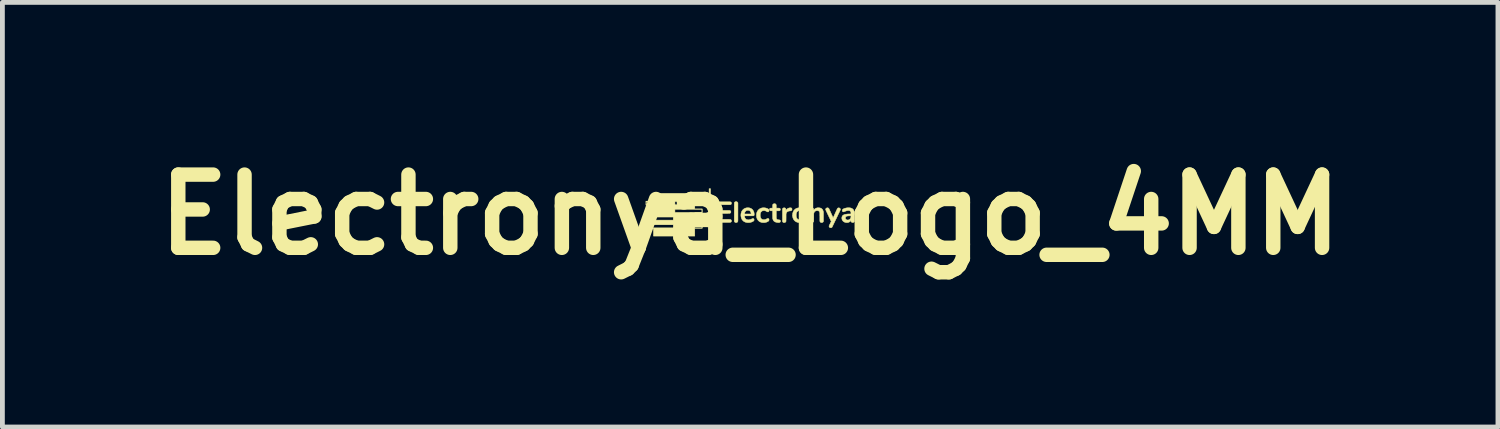
<source format=kicad_pcb>
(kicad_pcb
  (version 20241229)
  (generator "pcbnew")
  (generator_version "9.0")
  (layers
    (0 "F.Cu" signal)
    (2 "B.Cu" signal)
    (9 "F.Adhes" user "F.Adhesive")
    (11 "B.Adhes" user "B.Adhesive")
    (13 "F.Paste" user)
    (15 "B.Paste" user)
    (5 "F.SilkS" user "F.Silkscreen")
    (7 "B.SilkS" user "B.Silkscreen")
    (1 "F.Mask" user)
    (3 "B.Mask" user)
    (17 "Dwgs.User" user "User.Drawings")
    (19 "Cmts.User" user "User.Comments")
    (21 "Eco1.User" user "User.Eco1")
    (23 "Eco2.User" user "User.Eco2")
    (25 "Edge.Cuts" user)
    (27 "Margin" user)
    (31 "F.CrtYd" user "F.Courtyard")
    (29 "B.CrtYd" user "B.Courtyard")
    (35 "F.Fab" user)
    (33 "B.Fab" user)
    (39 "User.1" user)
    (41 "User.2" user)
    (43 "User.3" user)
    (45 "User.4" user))
  (footprint "Electronya_Logo_4MM"
    (layer "F.Cu")
    (at 12.562 1.418)
    (property "Reference" "Electronya_Logo_4MM" (at 0 0 0) (layer "F.SilkS") (effects (font (size 1.524 1.524) (thickness 0.3))))
    (attr exclude_from_pos_files exclude_from_bom)
    (fp_poly (pts (xy -0.825 0.542) (xy -0.855 0.542) (xy -0.855 -0.541) (xy -0.825 -0.541) (xy -0.825 0.542)) (stroke (width 0.01) (type solid)) (fill yes) (layer "F.SilkS"))
    (fp_poly (pts (xy -0.284 -0.271) (xy -0.276 -0.268) (xy -0.27 -0.265) (xy -0.264 -0.26) (xy -0.26 -0.254) (xy -0.257 -0.25) (xy -0.255 -0.244) (xy -0.255 -0.06) (xy -0.255 -0.035) (xy -0.255 -0.011) (xy -0.255 0.01) (xy -0.255 0.03) (xy -0.255 0.048) (xy -0.255 0.065) (xy -0.255 0.08) (xy -0.255 0.092) (xy -0.255 0.104) (xy -0.255 0.113) (xy -0.255 0.12) (xy -0.256 0.126) (xy -0.256 0.13) (xy -0.256 0.132) (xy -0.256 0.132) (xy -0.257 0.14) (xy -0.259 0.145) (xy -0.263 0.151) (xy -0.266 0.154) (xy -0.271 0.158) (xy -0.275 0.16) (xy -0.28 0.162) (xy -0.285 0.163) (xy -0.292 0.163) (xy -0.297 0.163) (xy -0.301 0.163) (xy -0.304 0.162) (xy -0.307 0.162) (xy -0.308 0.162) (xy -0.315 0.158) (xy -0.321 0.154) (xy -0.326 0.148) (xy -0.328 0.143) (xy -0.331 0.137) (xy -0.331 -0.075) (xy -0.331 -0.096) (xy -0.331 -0.114) (xy -0.331 -0.131) (xy -0.331 -0.147) (xy -0.331 -0.161) (xy -0.331 -0.173) (xy -0.331 -0.184) (xy -0.331 -0.195) (xy -0.331 -0.203) (xy -0.33 -0.211) (xy -0.33 -0.218) (xy -0.33 -0.224) (xy -0.33 -0.229) (xy -0.33 -0.234) (xy -0.33 -0.237) (xy -0.33 -0.24) (xy -0.33 -0.242) (xy -0.33 -0.244) (xy -0.33 -0.246) (xy -0.33 -0.247) (xy -0.329 -0.248) (xy -0.329 -0.249) (xy -0.329 -0.249) (xy -0.329 -0.249) (xy -0.326 -0.256) (xy -0.321 -0.262) (xy -0.316 -0.266) (xy -0.309 -0.269) (xy -0.3 -0.271) (xy -0.293 -0.271) (xy -0.284 -0.271)) (stroke (width 0.01) (type solid)) (fill yes) (layer "F.SilkS"))
    (fp_poly (pts (xy -1.153 -0.282) (xy -0.997 -0.282) (xy -0.997 -0.2) (xy -1.153 -0.2) (xy -1.153 -0.16) (xy -1.153 -0.121) (xy -1.075 -0.121) (xy -0.997 -0.121) (xy -0.997 -0.039) (xy -1.153 -0.039) (xy -1.153 0.04) (xy -0.997 0.04) (xy -0.997 0.122) (xy -1.075 0.122) (xy -1.153 0.122) (xy -1.153 0.161) (xy -1.153 0.2) (xy -0.997 0.2) (xy -0.997 0.283) (xy -1.153 0.283) (xy -1.153 0.445) (xy -2.013 0.445) (xy -2.013 0.283) (xy -2.17 0.283) (xy -2.17 0.21) (xy -2.161 0.21) (xy -2.161 0.274) (xy -1.601 0.274) (xy -1.601 0.21) (xy -1.152 0.21) (xy -1.152 0.274) (xy -1.005 0.274) (xy -1.005 0.21) (xy -1.152 0.21) (xy -1.601 0.21) (xy -2.161 0.21) (xy -2.17 0.21) (xy -2.17 0.2) (xy -2.013 0.2) (xy -2.013 0.122) (xy -2.092 0.122) (xy -2.17 0.122) (xy -2.17 0.049) (xy -2.161 0.049) (xy -2.161 0.113) (xy -1.601 0.113) (xy -1.601 0.049) (xy -1.152 0.049) (xy -1.152 0.113) (xy -1.005 0.113) (xy -1.005 0.049) (xy -1.152 0.049) (xy -1.601 0.049) (xy -2.161 0.049) (xy -2.17 0.049) (xy -2.17 0.04) (xy -2.013 0.039) (xy -2.013 -0.039) (xy -2.17 -0.039) (xy -2.17 -0.112) (xy -2.161 -0.112) (xy -2.161 -0.048) (xy -2.014 -0.048) (xy -2.014 -0.112) (xy -1.566 -0.112) (xy -1.566 -0.048) (xy -1.005 -0.048) (xy -1.005 -0.112) (xy -1.566 -0.112) (xy -2.014 -0.112) (xy -2.161 -0.112) (xy -2.17 -0.112) (xy -2.17 -0.121) (xy -2.013 -0.121) (xy -2.013 -0.2) (xy -2.17 -0.2) (xy -2.17 -0.273) (xy -2.161 -0.273) (xy -2.161 -0.209) (xy -2.014 -0.209) (xy -2.014 -0.273) (xy -1.566 -0.273) (xy -1.566 -0.209) (xy -1.005 -0.209) (xy -1.005 -0.273) (xy -1.566 -0.273) (xy -2.014 -0.273) (xy -2.161 -0.273) (xy -2.17 -0.273) (xy -2.17 -0.282) (xy -2.013 -0.282) (xy -2.013 -0.445) (xy -1.153 -0.445) (xy -1.153 -0.282)) (stroke (width 0.01) (type solid)) (fill yes) (layer "F.SilkS"))
    (fp_poly (pts (xy 0.718 -0.142) (xy 0.725 -0.14) (xy 0.731 -0.136) (xy 0.736 -0.131) (xy 0.74 -0.125) (xy 0.742 -0.119) (xy 0.743 -0.102) (xy 0.743 -0.085) (xy 0.747 -0.093) (xy 0.754 -0.103) (xy 0.762 -0.113) (xy 0.771 -0.121) (xy 0.781 -0.128) (xy 0.793 -0.134) (xy 0.805 -0.139) (xy 0.818 -0.142) (xy 0.822 -0.142) (xy 0.827 -0.142) (xy 0.832 -0.143) (xy 0.837 -0.143) (xy 0.838 -0.143) (xy 0.843 -0.143) (xy 0.847 -0.143) (xy 0.849 -0.143) (xy 0.851 -0.142) (xy 0.853 -0.141) (xy 0.855 -0.14) (xy 0.856 -0.14) (xy 0.861 -0.137) (xy 0.865 -0.133) (xy 0.868 -0.127) (xy 0.87 -0.121) (xy 0.87 -0.113) (xy 0.87 -0.112) (xy 0.87 -0.106) (xy 0.869 -0.101) (xy 0.868 -0.097) (xy 0.866 -0.093) (xy 0.865 -0.092) (xy 0.862 -0.089) (xy 0.859 -0.086) (xy 0.854 -0.084) (xy 0.849 -0.082) (xy 0.842 -0.08) (xy 0.834 -0.079) (xy 0.825 -0.078) (xy 0.816 -0.077) (xy 0.808 -0.076) (xy 0.802 -0.074) (xy 0.797 -0.073) (xy 0.792 -0.072) (xy 0.782 -0.067) (xy 0.773 -0.062) (xy 0.766 -0.055) (xy 0.759 -0.047) (xy 0.755 -0.04) (xy 0.753 -0.035) (xy 0.751 -0.03) (xy 0.75 -0.025) (xy 0.749 -0.024) (xy 0.749 -0.022) (xy 0.748 -0.021) (xy 0.748 -0.019) (xy 0.748 -0.018) (xy 0.748 -0.016) (xy 0.748 -0.013) (xy 0.747 -0.01) (xy 0.747 -0.006) (xy 0.747 -0.001) (xy 0.747 0.004) (xy 0.747 0.011) (xy 0.747 0.019) (xy 0.747 0.028) (xy 0.747 0.039) (xy 0.747 0.052) (xy 0.747 0.061) (xy 0.746 0.137) (xy 0.744 0.143) (xy 0.741 0.149) (xy 0.736 0.154) (xy 0.729 0.159) (xy 0.722 0.162) (xy 0.721 0.162) (xy 0.717 0.163) (xy 0.712 0.163) (xy 0.707 0.163) (xy 0.702 0.163) (xy 0.698 0.163) (xy 0.696 0.162) (xy 0.692 0.161) (xy 0.688 0.159) (xy 0.683 0.156) (xy 0.68 0.153) (xy 0.679 0.153) (xy 0.677 0.15) (xy 0.675 0.146) (xy 0.674 0.144) (xy 0.672 0.139) (xy 0.672 -0.119) (xy 0.674 -0.124) (xy 0.678 -0.131) (xy 0.683 -0.136) (xy 0.69 -0.139) (xy 0.697 -0.142) (xy 0.701 -0.143) (xy 0.71 -0.143) (xy 0.718 -0.142)) (stroke (width 0.01) (type solid)) (fill yes) (layer "F.SilkS"))
    (fp_poly (pts (xy 1.051 -0.144) (xy 1.068 -0.141) (xy 1.084 -0.138) (xy 1.098 -0.133) (xy 1.112 -0.126) (xy 1.125 -0.118) (xy 1.137 -0.108) (xy 1.142 -0.103) (xy 1.153 -0.092) (xy 1.162 -0.079) (xy 1.169 -0.065) (xy 1.175 -0.05) (xy 1.18 -0.034) (xy 1.183 -0.017) (xy 1.184 -0.009) (xy 1.185 0.009) (xy 1.184 0.026) (xy 1.182 0.043) (xy 1.178 0.059) (xy 1.173 0.075) (xy 1.167 0.09) (xy 1.159 0.103) (xy 1.15 0.116) (xy 1.148 0.118) (xy 1.138 0.128) (xy 1.127 0.137) (xy 1.115 0.145) (xy 1.102 0.151) (xy 1.087 0.157) (xy 1.072 0.161) (xy 1.057 0.163) (xy 1.04 0.165) (xy 1.024 0.165) (xy 1.021 0.165) (xy 1.003 0.163) (xy 0.987 0.159) (xy 0.971 0.154) (xy 0.957 0.148) (xy 0.944 0.14) (xy 0.932 0.131) (xy 0.921 0.12) (xy 0.911 0.109) (xy 0.903 0.096) (xy 0.895 0.082) (xy 0.89 0.066) (xy 0.885 0.05) (xy 0.884 0.044) (xy 0.883 0.038) (xy 0.883 0.031) (xy 0.882 0.023) (xy 0.882 0.014) (xy 0.882 0.01) (xy 0.958 0.01) (xy 0.958 0.019) (xy 0.958 0.026) (xy 0.959 0.033) (xy 0.959 0.039) (xy 0.962 0.052) (xy 0.966 0.064) (xy 0.972 0.074) (xy 0.978 0.083) (xy 0.985 0.09) (xy 0.994 0.097) (xy 1.004 0.101) (xy 1.014 0.104) (xy 1.016 0.105) (xy 1.022 0.106) (xy 1.028 0.106) (xy 1.035 0.106) (xy 1.042 0.105) (xy 1.049 0.105) (xy 1.054 0.104) (xy 1.055 0.104) (xy 1.066 0.1) (xy 1.075 0.095) (xy 1.083 0.088) (xy 1.09 0.08) (xy 1.096 0.071) (xy 1.101 0.06) (xy 1.105 0.049) (xy 1.107 0.035) (xy 1.108 0.033) (xy 1.108 0.027) (xy 1.109 0.02) (xy 1.109 0.012) (xy 1.109 0.003) (xy 1.108 -0.004) (xy 1.108 -0.011) (xy 1.107 -0.016) (xy 1.104 -0.029) (xy 1.101 -0.041) (xy 1.096 -0.052) (xy 1.09 -0.061) (xy 1.083 -0.069) (xy 1.074 -0.075) (xy 1.065 -0.08) (xy 1.055 -0.084) (xy 1.043 -0.086) (xy 1.033 -0.086) (xy 1.021 -0.085) (xy 1.01 -0.083) (xy 1 -0.079) (xy 0.99 -0.074) (xy 0.982 -0.068) (xy 0.975 -0.059) (xy 0.969 -0.05) (xy 0.965 -0.039) (xy 0.961 -0.026) (xy 0.959 -0.019) (xy 0.958 -0.013) (xy 0.958 -0.006) (xy 0.958 0.002) (xy 0.958 0.01) (xy 0.882 0.01) (xy 0.882 0.005) (xy 0.882 -0.003) (xy 0.882 -0.01) (xy 0.883 -0.012) (xy 0.885 -0.029) (xy 0.889 -0.044) (xy 0.895 -0.059) (xy 0.902 -0.074) (xy 0.908 -0.084) (xy 0.912 -0.09) (xy 0.917 -0.096) (xy 0.923 -0.102) (xy 0.929 -0.108) (xy 0.936 -0.114) (xy 0.941 -0.118) (xy 0.942 -0.119) (xy 0.955 -0.127) (xy 0.969 -0.133) (xy 0.985 -0.138) (xy 1.001 -0.142) (xy 1.018 -0.144) (xy 1.033 -0.144) (xy 1.051 -0.144)) (stroke (width 0.01) (type solid)) (fill yes) (layer "F.SilkS"))
    (fp_poly (pts (xy 0.511 -0.228) (xy 0.512 -0.228) (xy 0.52 -0.227) (xy 0.527 -0.224) (xy 0.532 -0.219) (xy 0.537 -0.213) (xy 0.54 -0.209) (xy 0.542 -0.204) (xy 0.542 -0.17) (xy 0.543 -0.137) (xy 0.574 -0.137) (xy 0.583 -0.137) (xy 0.59 -0.137) (xy 0.595 -0.137) (xy 0.6 -0.136) (xy 0.603 -0.136) (xy 0.605 -0.136) (xy 0.607 -0.136) (xy 0.609 -0.135) (xy 0.61 -0.135) (xy 0.611 -0.135) (xy 0.617 -0.131) (xy 0.622 -0.127) (xy 0.626 -0.122) (xy 0.627 -0.119) (xy 0.628 -0.116) (xy 0.628 -0.113) (xy 0.628 -0.109) (xy 0.628 -0.102) (xy 0.626 -0.096) (xy 0.622 -0.091) (xy 0.618 -0.086) (xy 0.612 -0.084) (xy 0.607 -0.081) (xy 0.575 -0.081) (xy 0.543 -0.08) (xy 0.543 0.008) (xy 0.543 0.021) (xy 0.543 0.031) (xy 0.543 0.04) (xy 0.543 0.048) (xy 0.543 0.055) (xy 0.543 0.06) (xy 0.543 0.065) (xy 0.544 0.069) (xy 0.544 0.072) (xy 0.544 0.075) (xy 0.545 0.077) (xy 0.545 0.079) (xy 0.546 0.081) (xy 0.547 0.082) (xy 0.548 0.084) (xy 0.548 0.085) (xy 0.552 0.091) (xy 0.555 0.095) (xy 0.56 0.099) (xy 0.565 0.101) (xy 0.572 0.104) (xy 0.58 0.105) (xy 0.589 0.106) (xy 0.591 0.107) (xy 0.599 0.107) (xy 0.605 0.108) (xy 0.609 0.109) (xy 0.613 0.11) (xy 0.616 0.111) (xy 0.619 0.112) (xy 0.621 0.113) (xy 0.625 0.117) (xy 0.628 0.122) (xy 0.63 0.128) (xy 0.63 0.131) (xy 0.63 0.137) (xy 0.63 0.142) (xy 0.628 0.147) (xy 0.627 0.149) (xy 0.623 0.154) (xy 0.618 0.157) (xy 0.613 0.16) (xy 0.606 0.162) (xy 0.598 0.163) (xy 0.588 0.163) (xy 0.577 0.163) (xy 0.57 0.162) (xy 0.557 0.16) (xy 0.546 0.158) (xy 0.536 0.156) (xy 0.527 0.153) (xy 0.518 0.149) (xy 0.516 0.148) (xy 0.506 0.142) (xy 0.496 0.135) (xy 0.489 0.126) (xy 0.482 0.117) (xy 0.477 0.106) (xy 0.472 0.094) (xy 0.469 0.082) (xy 0.469 0.08) (xy 0.469 0.078) (xy 0.468 0.076) (xy 0.468 0.073) (xy 0.468 0.069) (xy 0.468 0.064) (xy 0.468 0.059) (xy 0.468 0.052) (xy 0.468 0.044) (xy 0.468 0.035) (xy 0.467 0.024) (xy 0.467 0.011) (xy 0.467 -0.003) (xy 0.467 -0.003) (xy 0.467 -0.08) (xy 0.445 -0.081) (xy 0.438 -0.081) (xy 0.433 -0.081) (xy 0.429 -0.081) (xy 0.426 -0.081) (xy 0.423 -0.082) (xy 0.422 -0.082) (xy 0.42 -0.083) (xy 0.418 -0.083) (xy 0.417 -0.084) (xy 0.412 -0.087) (xy 0.407 -0.092) (xy 0.405 -0.097) (xy 0.403 -0.104) (xy 0.403 -0.108) (xy 0.403 -0.116) (xy 0.405 -0.122) (xy 0.409 -0.127) (xy 0.413 -0.132) (xy 0.419 -0.134) (xy 0.421 -0.135) (xy 0.422 -0.136) (xy 0.424 -0.136) (xy 0.427 -0.136) (xy 0.43 -0.136) (xy 0.435 -0.137) (xy 0.44 -0.137) (xy 0.446 -0.137) (xy 0.467 -0.137) (xy 0.468 -0.204) (xy 0.47 -0.209) (xy 0.474 -0.216) (xy 0.479 -0.221) (xy 0.486 -0.225) (xy 0.493 -0.227) (xy 0.502 -0.229) (xy 0.511 -0.228)) (stroke (width 0.01) (type solid)) (fill yes) (layer "F.SilkS"))
    (fp_poly (pts (xy 0.299 -0.143) (xy 0.316 -0.141) (xy 0.332 -0.137) (xy 0.347 -0.132) (xy 0.36 -0.126) (xy 0.369 -0.122) (xy 0.376 -0.117) (xy 0.381 -0.113) (xy 0.386 -0.108) (xy 0.389 -0.102) (xy 0.389 -0.102) (xy 0.39 -0.099) (xy 0.391 -0.097) (xy 0.391 -0.094) (xy 0.391 -0.091) (xy 0.391 -0.087) (xy 0.391 -0.082) (xy 0.391 -0.078) (xy 0.391 -0.076) (xy 0.39 -0.074) (xy 0.389 -0.072) (xy 0.386 -0.066) (xy 0.381 -0.062) (xy 0.376 -0.059) (xy 0.37 -0.058) (xy 0.369 -0.058) (xy 0.365 -0.058) (xy 0.361 -0.059) (xy 0.357 -0.061) (xy 0.351 -0.063) (xy 0.345 -0.066) (xy 0.339 -0.069) (xy 0.33 -0.074) (xy 0.322 -0.078) (xy 0.314 -0.081) (xy 0.307 -0.083) (xy 0.302 -0.084) (xy 0.291 -0.085) (xy 0.28 -0.085) (xy 0.269 -0.083) (xy 0.258 -0.081) (xy 0.249 -0.077) (xy 0.246 -0.075) (xy 0.242 -0.073) (xy 0.238 -0.069) (xy 0.233 -0.065) (xy 0.229 -0.06) (xy 0.225 -0.056) (xy 0.223 -0.052) (xy 0.222 -0.051) (xy 0.219 -0.045) (xy 0.216 -0.038) (xy 0.213 -0.029) (xy 0.211 -0.021) (xy 0.21 -0.015) (xy 0.21 -0.008) (xy 0.209 -0.000375) (xy 0.209 0.008) (xy 0.209 0.016) (xy 0.209 0.024) (xy 0.209 0.03) (xy 0.212 0.043) (xy 0.215 0.056) (xy 0.22 0.067) (xy 0.225 0.077) (xy 0.232 0.085) (xy 0.24 0.092) (xy 0.25 0.097) (xy 0.25 0.097) (xy 0.255 0.1) (xy 0.26 0.102) (xy 0.265 0.103) (xy 0.27 0.104) (xy 0.276 0.105) (xy 0.282 0.105) (xy 0.286 0.105) (xy 0.293 0.105) (xy 0.298 0.105) (xy 0.303 0.104) (xy 0.307 0.103) (xy 0.311 0.102) (xy 0.316 0.1) (xy 0.321 0.098) (xy 0.328 0.095) (xy 0.334 0.092) (xy 0.342 0.088) (xy 0.348 0.085) (xy 0.353 0.082) (xy 0.357 0.081) (xy 0.36 0.079) (xy 0.363 0.079) (xy 0.366 0.078) (xy 0.368 0.078) (xy 0.369 0.078) (xy 0.375 0.079) (xy 0.381 0.081) (xy 0.385 0.085) (xy 0.389 0.09) (xy 0.39 0.093) (xy 0.392 0.097) (xy 0.392 0.103) (xy 0.392 0.108) (xy 0.392 0.114) (xy 0.391 0.119) (xy 0.39 0.121) (xy 0.388 0.126) (xy 0.384 0.13) (xy 0.38 0.134) (xy 0.374 0.138) (xy 0.374 0.138) (xy 0.361 0.146) (xy 0.347 0.152) (xy 0.331 0.158) (xy 0.315 0.161) (xy 0.307 0.163) (xy 0.3 0.164) (xy 0.292 0.164) (xy 0.283 0.165) (xy 0.275 0.165) (xy 0.267 0.165) (xy 0.261 0.164) (xy 0.245 0.162) (xy 0.23 0.158) (xy 0.215 0.153) (xy 0.202 0.147) (xy 0.19 0.14) (xy 0.185 0.136) (xy 0.179 0.131) (xy 0.174 0.125) (xy 0.168 0.12) (xy 0.163 0.114) (xy 0.158 0.109) (xy 0.157 0.106) (xy 0.149 0.093) (xy 0.142 0.079) (xy 0.137 0.064) (xy 0.134 0.048) (xy 0.131 0.032) (xy 0.131 0.014) (xy 0.131 0.012) (xy 0.131 -0.006) (xy 0.133 -0.023) (xy 0.137 -0.039) (xy 0.142 -0.055) (xy 0.149 -0.069) (xy 0.157 -0.082) (xy 0.166 -0.094) (xy 0.174 -0.102) (xy 0.186 -0.113) (xy 0.198 -0.122) (xy 0.212 -0.129) (xy 0.226 -0.135) (xy 0.241 -0.14) (xy 0.258 -0.143) (xy 0.275 -0.144) (xy 0.283 -0.144) (xy 0.299 -0.143)) (stroke (width 0.01) (type solid)) (fill yes) (layer "F.SilkS"))
    (fp_poly (pts (xy -0.04 -0.144) (xy -0.032 -0.143) (xy -0.025 -0.143) (xy -0.019 -0.142) (xy -0.014 -0.141) (xy -0.008 -0.139) (xy -0.002 -0.137) (xy 0.012 -0.132) (xy 0.025 -0.125) (xy 0.036 -0.116) (xy 0.047 -0.107) (xy 0.056 -0.096) (xy 0.064 -0.083) (xy 0.068 -0.076) (xy 0.073 -0.065) (xy 0.077 -0.055) (xy 0.08 -0.044) (xy 0.082 -0.032) (xy 0.083 -0.019) (xy 0.084 -0.017) (xy 0.084 -0.007) (xy 0.084 0.001) (xy 0.083 0.007) (xy 0.082 0.013) (xy 0.079 0.017) (xy 0.076 0.02) (xy 0.072 0.023) (xy 0.072 0.023) (xy 0.071 0.023) (xy 0.071 0.023) (xy 0.07 0.023) (xy 0.068 0.024) (xy 0.066 0.024) (xy 0.064 0.024) (xy 0.061 0.024) (xy 0.057 0.024) (xy 0.053 0.024) (xy 0.047 0.024) (xy 0.04 0.024) (xy 0.032 0.024) (xy 0.023 0.024) (xy 0.012 0.024) (xy -0.000238 0.024) (xy -0.014 0.024) (xy -0.025 0.024) (xy -0.118 0.024) (xy -0.118 0.032) (xy -0.117 0.038) (xy -0.115 0.045) (xy -0.113 0.053) (xy -0.111 0.06) (xy -0.109 0.066) (xy -0.109 0.067) (xy -0.103 0.076) (xy -0.097 0.084) (xy -0.09 0.091) (xy -0.082 0.096) (xy -0.073 0.101) (xy -0.062 0.104) (xy -0.05 0.106) (xy -0.047 0.106) (xy -0.037 0.107) (xy -0.027 0.107) (xy -0.018 0.105) (xy -0.008 0.103) (xy 0.003 0.1) (xy 0.014 0.096) (xy 0.027 0.091) (xy 0.03 0.089) (xy 0.038 0.086) (xy 0.044 0.083) (xy 0.049 0.081) (xy 0.053 0.08) (xy 0.056 0.079) (xy 0.059 0.079) (xy 0.062 0.079) (xy 0.064 0.08) (xy 0.065 0.08) (xy 0.07 0.082) (xy 0.074 0.086) (xy 0.077 0.09) (xy 0.08 0.096) (xy 0.08 0.096) (xy 0.081 0.104) (xy 0.081 0.112) (xy 0.08 0.119) (xy 0.076 0.125) (xy 0.073 0.128) (xy 0.068 0.133) (xy 0.061 0.138) (xy 0.053 0.143) (xy 0.044 0.147) (xy 0.034 0.151) (xy 0.023 0.155) (xy 0.012 0.158) (xy 0.000175 0.161) (xy -0.011 0.163) (xy -0.016 0.163) (xy -0.022 0.164) (xy -0.029 0.164) (xy -0.036 0.165) (xy -0.043 0.165) (xy -0.048 0.165) (xy -0.052 0.165) (xy -0.063 0.163) (xy -0.074 0.162) (xy -0.084 0.159) (xy -0.094 0.157) (xy -0.103 0.154) (xy -0.105 0.153) (xy -0.119 0.147) (xy -0.133 0.139) (xy -0.145 0.129) (xy -0.156 0.118) (xy -0.165 0.107) (xy -0.174 0.093) (xy -0.18 0.079) (xy -0.184 0.068) (xy -0.188 0.054) (xy -0.191 0.038) (xy -0.193 0.022) (xy -0.193 0.006) (xy -0.192 -0.01) (xy -0.191 -0.018) (xy -0.118 -0.018) (xy -0.118 -0.015) (xy 0.019 -0.015) (xy 0.019 -0.023) (xy 0.017 -0.036) (xy 0.014 -0.047) (xy 0.01 -0.057) (xy 0.005 -0.066) (xy -0.001 -0.074) (xy -0.009 -0.08) (xy -0.018 -0.085) (xy -0.022 -0.087) (xy -0.031 -0.09) (xy -0.04 -0.091) (xy -0.05 -0.091) (xy -0.06 -0.09) (xy -0.069 -0.088) (xy -0.07 -0.088) (xy -0.08 -0.084) (xy -0.089 -0.078) (xy -0.096 -0.071) (xy -0.103 -0.063) (xy -0.105 -0.06) (xy -0.108 -0.054) (xy -0.111 -0.048) (xy -0.113 -0.041) (xy -0.116 -0.033) (xy -0.117 -0.026) (xy -0.118 -0.021) (xy -0.118 -0.018) (xy -0.191 -0.018) (xy -0.19 -0.026) (xy -0.186 -0.041) (xy -0.185 -0.043) (xy -0.18 -0.059) (xy -0.173 -0.074) (xy -0.165 -0.087) (xy -0.155 -0.099) (xy -0.144 -0.11) (xy -0.133 -0.119) (xy -0.12 -0.127) (xy -0.105 -0.134) (xy -0.09 -0.139) (xy -0.079 -0.142) (xy -0.075 -0.142) (xy -0.072 -0.143) (xy -0.068 -0.143) (xy -0.064 -0.144) (xy -0.059 -0.144) (xy -0.053 -0.144) (xy -0.049 -0.144) (xy -0.04 -0.144)) (stroke (width 0.01) (type solid)) (fill yes) (layer "F.SilkS"))
    (fp_poly (pts (xy -0.466 -0.268) (xy -0.457 -0.268) (xy -0.448 -0.268) (xy -0.44 -0.268) (xy -0.434 -0.268) (xy -0.428 -0.268) (xy -0.424 -0.268) (xy -0.42 -0.268) (xy -0.416 -0.267) (xy -0.414 -0.267) (xy -0.412 -0.267) (xy -0.41 -0.267) (xy -0.408 -0.266) (xy -0.407 -0.266) (xy -0.406 -0.265) (xy -0.405 -0.265) (xy -0.404 -0.264) (xy -0.399 -0.261) (xy -0.394 -0.256) (xy -0.392 -0.251) (xy -0.39 -0.247) (xy -0.39 -0.242) (xy -0.39 -0.236) (xy -0.39 -0.23) (xy -0.391 -0.226) (xy -0.392 -0.224) (xy -0.395 -0.219) (xy -0.4 -0.214) (xy -0.406 -0.211) (xy -0.409 -0.209) (xy -0.415 -0.207) (xy -0.511 -0.207) (xy -0.607 -0.207) (xy -0.607 -0.089) (xy -0.523 -0.089) (xy -0.509 -0.089) (xy -0.496 -0.089) (xy -0.483 -0.089) (xy -0.472 -0.089) (xy -0.462 -0.089) (xy -0.453 -0.089) (xy -0.445 -0.088) (xy -0.439 -0.088) (xy -0.435 -0.088) (xy -0.432 -0.088) (xy -0.432 -0.088) (xy -0.423 -0.087) (xy -0.417 -0.084) (xy -0.411 -0.081) (xy -0.407 -0.077) (xy -0.404 -0.072) (xy -0.403 -0.069) (xy -0.402 -0.066) (xy -0.402 -0.063) (xy -0.402 -0.059) (xy -0.402 -0.051) (xy -0.404 -0.045) (xy -0.406 -0.04) (xy -0.408 -0.038) (xy -0.412 -0.035) (xy -0.417 -0.032) (xy -0.423 -0.029) (xy -0.429 -0.028) (xy -0.431 -0.028) (xy -0.434 -0.028) (xy -0.44 -0.028) (xy -0.447 -0.028) (xy -0.455 -0.028) (xy -0.465 -0.027) (xy -0.476 -0.027) (xy -0.488 -0.027) (xy -0.501 -0.027) (xy -0.516 -0.027) (xy -0.521 -0.027) (xy -0.607 -0.027) (xy -0.607 0.098) (xy -0.515 0.098) (xy -0.5 0.098) (xy -0.486 0.098) (xy -0.473 0.098) (xy -0.461 0.098) (xy -0.45 0.098) (xy -0.441 0.098) (xy -0.433 0.098) (xy -0.427 0.099) (xy -0.422 0.099) (xy -0.419 0.099) (xy -0.418 0.099) (xy -0.41 0.101) (xy -0.403 0.104) (xy -0.398 0.108) (xy -0.397 0.109) (xy -0.394 0.112) (xy -0.392 0.116) (xy -0.391 0.119) (xy -0.39 0.124) (xy -0.39 0.129) (xy -0.39 0.134) (xy -0.39 0.137) (xy -0.39 0.139) (xy -0.391 0.141) (xy -0.392 0.144) (xy -0.396 0.149) (xy -0.401 0.154) (xy -0.408 0.157) (xy -0.409 0.158) (xy -0.409 0.158) (xy -0.41 0.158) (xy -0.411 0.158) (xy -0.413 0.158) (xy -0.414 0.158) (xy -0.416 0.159) (xy -0.419 0.159) (xy -0.423 0.159) (xy -0.427 0.159) (xy -0.432 0.159) (xy -0.438 0.159) (xy -0.445 0.159) (xy -0.454 0.159) (xy -0.463 0.159) (xy -0.474 0.159) (xy -0.487 0.159) (xy -0.5 0.159) (xy -0.516 0.159) (xy -0.533 0.159) (xy -0.534 0.159) (xy -0.552 0.159) (xy -0.568 0.159) (xy -0.583 0.159) (xy -0.596 0.159) (xy -0.608 0.159) (xy -0.618 0.159) (xy -0.627 0.159) (xy -0.634 0.159) (xy -0.641 0.159) (xy -0.646 0.159) (xy -0.65 0.159) (xy -0.654 0.159) (xy -0.656 0.159) (xy -0.658 0.159) (xy -0.659 0.158) (xy -0.666 0.156) (xy -0.671 0.152) (xy -0.676 0.148) (xy -0.679 0.142) (xy -0.683 0.135) (xy -0.683 -0.051) (xy -0.683 -0.074) (xy -0.683 -0.096) (xy -0.683 -0.115) (xy -0.683 -0.133) (xy -0.683 -0.15) (xy -0.683 -0.164) (xy -0.683 -0.178) (xy -0.683 -0.19) (xy -0.683 -0.2) (xy -0.683 -0.209) (xy -0.683 -0.217) (xy -0.683 -0.224) (xy -0.683 -0.23) (xy -0.683 -0.234) (xy -0.682 -0.238) (xy -0.682 -0.24) (xy -0.682 -0.242) (xy -0.682 -0.242) (xy -0.68 -0.249) (xy -0.676 -0.256) (xy -0.671 -0.261) (xy -0.664 -0.265) (xy -0.662 -0.266) (xy -0.657 -0.268) (xy -0.538 -0.268) (xy -0.521 -0.268) (xy -0.505 -0.268) (xy -0.49 -0.268) (xy -0.478 -0.268) (xy -0.466 -0.268)) (stroke (width 0.01) (type solid)) (fill yes) (layer "F.SilkS"))
    (fp_poly (pts (xy 1.614 -0.143) (xy 1.622 -0.141) (xy 1.622 -0.141) (xy 1.627 -0.138) (xy 1.632 -0.134) (xy 1.636 -0.13) (xy 1.639 -0.127) (xy 1.639 -0.125) (xy 1.641 -0.123) (xy 1.643 -0.118) (xy 1.645 -0.113) (xy 1.648 -0.106) (xy 1.652 -0.098) (xy 1.656 -0.089) (xy 1.661 -0.079) (xy 1.665 -0.069) (xy 1.671 -0.057) (xy 1.676 -0.045) (xy 1.682 -0.033) (xy 1.683 -0.029) (xy 1.689 -0.017) (xy 1.694 -0.005) (xy 1.699 0.006) (xy 1.704 0.017) (xy 1.709 0.026) (xy 1.713 0.035) (xy 1.716 0.043) (xy 1.719 0.05) (xy 1.722 0.056) (xy 1.724 0.06) (xy 1.725 0.063) (xy 1.726 0.065) (xy 1.726 0.065) (xy 1.727 0.064) (xy 1.728 0.062) (xy 1.73 0.058) (xy 1.732 0.053) (xy 1.735 0.047) (xy 1.738 0.039) (xy 1.742 0.031) (xy 1.747 0.021) (xy 1.751 0.011) (xy 1.756 0.00041) (xy 1.761 -0.011) (xy 1.767 -0.023) (xy 1.768 -0.025) (xy 1.773 -0.037) (xy 1.778 -0.049) (xy 1.784 -0.06) (xy 1.788 -0.071) (xy 1.793 -0.081) (xy 1.797 -0.09) (xy 1.801 -0.098) (xy 1.804 -0.105) (xy 1.807 -0.111) (xy 1.809 -0.116) (xy 1.81 -0.119) (xy 1.811 -0.121) (xy 1.811 -0.121) (xy 1.815 -0.128) (xy 1.82 -0.133) (xy 1.825 -0.138) (xy 1.828 -0.139) (xy 1.831 -0.14) (xy 1.833 -0.141) (xy 1.836 -0.142) (xy 1.839 -0.142) (xy 1.843 -0.142) (xy 1.847 -0.142) (xy 1.85 -0.142) (xy 1.853 -0.141) (xy 1.855 -0.14) (xy 1.858 -0.139) (xy 1.865 -0.135) (xy 1.87 -0.13) (xy 1.875 -0.123) (xy 1.877 -0.117) (xy 1.878 -0.112) (xy 1.879 -0.109) (xy 1.878 -0.106) (xy 1.877 -0.103) (xy 1.877 -0.101) (xy 1.876 -0.099) (xy 1.874 -0.096) (xy 1.872 -0.091) (xy 1.87 -0.085) (xy 1.866 -0.078) (xy 1.862 -0.07) (xy 1.858 -0.06) (xy 1.853 -0.05) (xy 1.848 -0.039) (xy 1.842 -0.027) (xy 1.836 -0.014) (xy 1.829 -0.001) (xy 1.823 0.013) (xy 1.816 0.028) (xy 1.809 0.042) (xy 1.802 0.057) (xy 1.795 0.072) (xy 1.788 0.087) (xy 1.78 0.102) (xy 1.773 0.117) (xy 1.766 0.131) (xy 1.759 0.145) (xy 1.753 0.159) (xy 1.746 0.173) (xy 1.74 0.185) (xy 1.734 0.197) (xy 1.729 0.209) (xy 1.724 0.219) (xy 1.719 0.228) (xy 1.715 0.237) (xy 1.712 0.244) (xy 1.709 0.25) (xy 1.707 0.255) (xy 1.705 0.258) (xy 1.704 0.259) (xy 1.704 0.26) (xy 1.699 0.265) (xy 1.694 0.268) (xy 1.689 0.27) (xy 1.684 0.272) (xy 1.679 0.272) (xy 1.673 0.272) (xy 1.667 0.271) (xy 1.664 0.27) (xy 1.658 0.267) (xy 1.652 0.263) (xy 1.647 0.258) (xy 1.644 0.254) (xy 1.643 0.25) (xy 1.642 0.246) (xy 1.642 0.241) (xy 1.642 0.236) (xy 1.643 0.232) (xy 1.644 0.23) (xy 1.645 0.227) (xy 1.647 0.223) (xy 1.65 0.217) (xy 1.653 0.211) (xy 1.656 0.203) (xy 1.66 0.195) (xy 1.664 0.187) (xy 1.666 0.183) (xy 1.687 0.139) (xy 1.684 0.135) (xy 1.68 0.127) (xy 1.676 0.118) (xy 1.671 0.108) (xy 1.666 0.097) (xy 1.661 0.086) (xy 1.655 0.074) (xy 1.649 0.062) (xy 1.643 0.05) (xy 1.637 0.037) (xy 1.631 0.024) (xy 1.625 0.011) (xy 1.619 -0.001) (xy 1.613 -0.013) (xy 1.607 -0.025) (xy 1.602 -0.037) (xy 1.597 -0.048) (xy 1.592 -0.058) (xy 1.587 -0.068) (xy 1.583 -0.076) (xy 1.58 -0.084) (xy 1.577 -0.091) (xy 1.574 -0.096) (xy 1.573 -0.1) (xy 1.571 -0.102) (xy 1.571 -0.103) (xy 1.57 -0.111) (xy 1.571 -0.118) (xy 1.574 -0.124) (xy 1.578 -0.13) (xy 1.584 -0.135) (xy 1.589 -0.138) (xy 1.598 -0.142) (xy 1.606 -0.143) (xy 1.614 -0.143)) (stroke (width 0.01) (type solid)) (fill yes) (layer "F.SilkS"))
    (fp_poly (pts (xy 2.054 -0.144) (xy 2.062 -0.144) (xy 2.069 -0.143) (xy 2.075 -0.143) (xy 2.08 -0.142) (xy 2.094 -0.139) (xy 2.108 -0.134) (xy 2.12 -0.129) (xy 2.13 -0.121) (xy 2.14 -0.113) (xy 2.148 -0.104) (xy 2.154 -0.093) (xy 2.16 -0.081) (xy 2.164 -0.067) (xy 2.166 -0.059) (xy 2.167 -0.055) (xy 2.167 -0.052) (xy 2.168 -0.048) (xy 2.168 -0.045) (xy 2.169 -0.04) (xy 2.169 -0.036) (xy 2.169 -0.031) (xy 2.169 -0.025) (xy 2.17 -0.018) (xy 2.17 -0.01) (xy 2.17 -0.001) (xy 2.17 0.009) (xy 2.17 0.021) (xy 2.17 0.034) (xy 2.17 0.049) (xy 2.17 0.056) (xy 2.169 0.137) (xy 2.167 0.143) (xy 2.166 0.146) (xy 2.163 0.15) (xy 2.161 0.152) (xy 2.156 0.157) (xy 2.15 0.16) (xy 2.143 0.162) (xy 2.135 0.163) (xy 2.128 0.163) (xy 2.121 0.161) (xy 2.114 0.158) (xy 2.108 0.154) (xy 2.107 0.153) (xy 2.103 0.148) (xy 2.1 0.142) (xy 2.098 0.135) (xy 2.097 0.127) (xy 2.097 0.122) (xy 2.097 0.115) (xy 2.094 0.12) (xy 2.089 0.13) (xy 2.081 0.138) (xy 2.073 0.146) (xy 2.063 0.152) (xy 2.052 0.157) (xy 2.041 0.161) (xy 2.036 0.162) (xy 2.031 0.163) (xy 2.026 0.164) (xy 2.02 0.164) (xy 2.013 0.165) (xy 2.008 0.165) (xy 2.003 0.165) (xy 2.003 0.165) (xy 1.987 0.162) (xy 1.973 0.158) (xy 1.96 0.153) (xy 1.949 0.146) (xy 1.938 0.138) (xy 1.935 0.136) (xy 1.927 0.127) (xy 1.92 0.116) (xy 1.914 0.105) (xy 1.91 0.094) (xy 1.908 0.082) (xy 1.907 0.069) (xy 1.908 0.063) (xy 1.981 0.063) (xy 1.982 0.073) (xy 1.984 0.081) (xy 1.987 0.089) (xy 1.992 0.095) (xy 1.998 0.101) (xy 2.006 0.105) (xy 2.014 0.109) (xy 2.017 0.109) (xy 2.023 0.11) (xy 2.03 0.11) (xy 2.037 0.11) (xy 2.044 0.109) (xy 2.048 0.108) (xy 2.059 0.104) (xy 2.068 0.099) (xy 2.076 0.092) (xy 2.083 0.084) (xy 2.089 0.075) (xy 2.09 0.073) (xy 2.092 0.068) (xy 2.094 0.063) (xy 2.095 0.057) (xy 2.096 0.051) (xy 2.097 0.044) (xy 2.097 0.039) (xy 2.098 0.024) (xy 2.079 0.024) (xy 2.066 0.025) (xy 2.052 0.025) (xy 2.04 0.026) (xy 2.03 0.027) (xy 2.023 0.028) (xy 2.013 0.03) (xy 2.004 0.033) (xy 1.997 0.037) (xy 1.991 0.041) (xy 1.987 0.046) (xy 1.984 0.052) (xy 1.982 0.058) (xy 1.981 0.063) (xy 1.908 0.063) (xy 1.908 0.063) (xy 1.909 0.051) (xy 1.912 0.041) (xy 1.916 0.032) (xy 1.921 0.023) (xy 1.928 0.016) (xy 1.936 0.01) (xy 1.944 0.005) (xy 1.953 0.001) (xy 1.962 -0.003) (xy 1.973 -0.006) (xy 1.985 -0.008) (xy 1.998 -0.01) (xy 2.012 -0.012) (xy 2.028 -0.014) (xy 2.046 -0.015) (xy 2.065 -0.015) (xy 2.067 -0.015) (xy 2.098 -0.016) (xy 2.097 -0.032) (xy 2.097 -0.038) (xy 2.097 -0.043) (xy 2.096 -0.047) (xy 2.096 -0.051) (xy 2.095 -0.054) (xy 2.095 -0.054) (xy 2.091 -0.063) (xy 2.087 -0.07) (xy 2.081 -0.076) (xy 2.074 -0.081) (xy 2.066 -0.084) (xy 2.063 -0.085) (xy 2.058 -0.086) (xy 2.051 -0.087) (xy 2.044 -0.087) (xy 2.037 -0.087) (xy 2.03 -0.086) (xy 2.03 -0.086) (xy 2.022 -0.085) (xy 2.013 -0.083) (xy 2.003 -0.08) (xy 1.993 -0.077) (xy 1.982 -0.073) (xy 1.971 -0.069) (xy 1.96 -0.065) (xy 1.959 -0.065) (xy 1.953 -0.062) (xy 1.948 -0.06) (xy 1.944 -0.059) (xy 1.94 -0.059) (xy 1.937 -0.06) (xy 1.934 -0.06) (xy 1.928 -0.063) (xy 1.923 -0.067) (xy 1.92 -0.072) (xy 1.917 -0.078) (xy 1.917 -0.078) (xy 1.917 -0.082) (xy 1.917 -0.087) (xy 1.917 -0.092) (xy 1.918 -0.096) (xy 1.918 -0.099) (xy 1.921 -0.104) (xy 1.925 -0.109) (xy 1.931 -0.114) (xy 1.938 -0.119) (xy 1.947 -0.124) (xy 1.957 -0.128) (xy 1.967 -0.132) (xy 1.979 -0.135) (xy 1.992 -0.138) (xy 2.005 -0.141) (xy 2.018 -0.143) (xy 2.025 -0.143) (xy 2.031 -0.144) (xy 2.038 -0.144) (xy 2.046 -0.144) (xy 2.054 -0.144)) (stroke (width 0.01) (type solid)) (fill yes) (layer "F.SilkS"))
    (fp_poly (pts (xy 1.421 -0.144) (xy 1.426 -0.144) (xy 1.437 -0.143) (xy 1.447 -0.142) (xy 1.456 -0.14) (xy 1.465 -0.137) (xy 1.473 -0.134) (xy 1.475 -0.133) (xy 1.485 -0.127) (xy 1.493 -0.12) (xy 1.501 -0.112) (xy 1.508 -0.102) (xy 1.513 -0.092) (xy 1.518 -0.079) (xy 1.522 -0.065) (xy 1.524 -0.05) (xy 1.524 -0.05) (xy 1.524 -0.048) (xy 1.525 -0.045) (xy 1.525 -0.042) (xy 1.525 -0.037) (xy 1.525 -0.031) (xy 1.525 -0.025) (xy 1.525 -0.017) (xy 1.525 -0.007) (xy 1.525 0.004) (xy 1.525 0.016) (xy 1.525 0.03) (xy 1.525 0.045) (xy 1.525 0.047) (xy 1.525 0.062) (xy 1.525 0.075) (xy 1.525 0.086) (xy 1.525 0.096) (xy 1.525 0.105) (xy 1.525 0.112) (xy 1.525 0.118) (xy 1.525 0.123) (xy 1.525 0.127) (xy 1.525 0.131) (xy 1.525 0.134) (xy 1.525 0.136) (xy 1.524 0.137) (xy 1.524 0.138) (xy 1.524 0.139) (xy 1.524 0.14) (xy 1.52 0.148) (xy 1.516 0.153) (xy 1.51 0.158) (xy 1.503 0.161) (xy 1.495 0.163) (xy 1.488 0.163) (xy 1.479 0.163) (xy 1.471 0.161) (xy 1.464 0.157) (xy 1.459 0.153) (xy 1.455 0.147) (xy 1.451 0.139) (xy 1.451 0.139) (xy 1.451 0.138) (xy 1.451 0.137) (xy 1.451 0.134) (xy 1.451 0.131) (xy 1.45 0.126) (xy 1.45 0.121) (xy 1.45 0.114) (xy 1.45 0.106) (xy 1.45 0.097) (xy 1.45 0.086) (xy 1.45 0.074) (xy 1.45 0.06) (xy 1.45 0.049) (xy 1.45 0.034) (xy 1.449 0.021) (xy 1.449 0.01) (xy 1.449 0.000196) (xy 1.449 -0.008) (xy 1.449 -0.015) (xy 1.449 -0.021) (xy 1.449 -0.027) (xy 1.449 -0.031) (xy 1.449 -0.034) (xy 1.449 -0.037) (xy 1.448 -0.039) (xy 1.448 -0.041) (xy 1.448 -0.043) (xy 1.448 -0.044) (xy 1.447 -0.045) (xy 1.447 -0.046) (xy 1.444 -0.056) (xy 1.44 -0.064) (xy 1.434 -0.071) (xy 1.428 -0.076) (xy 1.421 -0.08) (xy 1.412 -0.083) (xy 1.411 -0.083) (xy 1.406 -0.084) (xy 1.4 -0.084) (xy 1.393 -0.084) (xy 1.386 -0.084) (xy 1.38 -0.083) (xy 1.375 -0.082) (xy 1.374 -0.082) (xy 1.365 -0.079) (xy 1.356 -0.075) (xy 1.349 -0.069) (xy 1.342 -0.063) (xy 1.339 -0.06) (xy 1.336 -0.056) (xy 1.333 -0.051) (xy 1.331 -0.046) (xy 1.328 -0.041) (xy 1.327 -0.038) (xy 1.327 -0.036) (xy 1.326 -0.034) (xy 1.325 -0.032) (xy 1.325 -0.03) (xy 1.325 -0.028) (xy 1.324 -0.025) (xy 1.324 -0.022) (xy 1.324 -0.018) (xy 1.324 -0.014) (xy 1.323 -0.009) (xy 1.323 -0.003) (xy 1.323 0.005) (xy 1.323 0.013) (xy 1.323 0.023) (xy 1.323 0.034) (xy 1.323 0.047) (xy 1.323 0.058) (xy 1.322 0.138) (xy 1.32 0.144) (xy 1.316 0.15) (xy 1.311 0.155) (xy 1.305 0.159) (xy 1.302 0.161) (xy 1.298 0.162) (xy 1.293 0.163) (xy 1.287 0.163) (xy 1.281 0.163) (xy 1.276 0.163) (xy 1.272 0.162) (xy 1.264 0.159) (xy 1.258 0.155) (xy 1.253 0.15) (xy 1.25 0.143) (xy 1.248 0.136) (xy 1.248 0.135) (xy 1.248 0.133) (xy 1.248 0.129) (xy 1.248 0.124) (xy 1.248 0.118) (xy 1.248 0.11) (xy 1.248 0.102) (xy 1.247 0.091) (xy 1.247 0.08) (xy 1.247 0.066) (xy 1.247 0.051) (xy 1.247 0.035) (xy 1.247 0.016) (xy 1.248 0.007) (xy 1.248 -0.011) (xy 1.248 -0.027) (xy 1.248 -0.042) (xy 1.248 -0.055) (xy 1.248 -0.066) (xy 1.248 -0.077) (xy 1.248 -0.085) (xy 1.248 -0.093) (xy 1.248 -0.1) (xy 1.248 -0.106) (xy 1.248 -0.11) (xy 1.249 -0.114) (xy 1.249 -0.118) (xy 1.249 -0.12) (xy 1.25 -0.123) (xy 1.25 -0.124) (xy 1.251 -0.126) (xy 1.252 -0.127) (xy 1.252 -0.128) (xy 1.253 -0.129) (xy 1.254 -0.13) (xy 1.255 -0.131) (xy 1.256 -0.132) (xy 1.261 -0.136) (xy 1.267 -0.14) (xy 1.274 -0.142) (xy 1.278 -0.143) (xy 1.287 -0.143) (xy 1.295 -0.142) (xy 1.302 -0.14) (xy 1.308 -0.136) (xy 1.314 -0.131) (xy 1.318 -0.125) (xy 1.318 -0.124) (xy 1.319 -0.122) (xy 1.32 -0.12) (xy 1.32 -0.118) (xy 1.32 -0.115) (xy 1.321 -0.111) (xy 1.321 -0.106) (xy 1.321 -0.093) (xy 1.324 -0.097) (xy 1.333 -0.108) (xy 1.343 -0.118) (xy 1.354 -0.126) (xy 1.366 -0.133) (xy 1.379 -0.138) (xy 1.392 -0.142) (xy 1.4 -0.143) (xy 1.405 -0.144) (xy 1.41 -0.144) (xy 1.415 -0.144) (xy 1.421 -0.144)) (stroke (width 0.01) (type solid)) (fill yes) (layer "F.SilkS")))
  (gr_rect
    (start -3 -3)
    (end 28.124 5.836)
    (stroke (width 0.1) (type default))
    (fill no)
    (layer "Edge.Cuts")))
</source>
